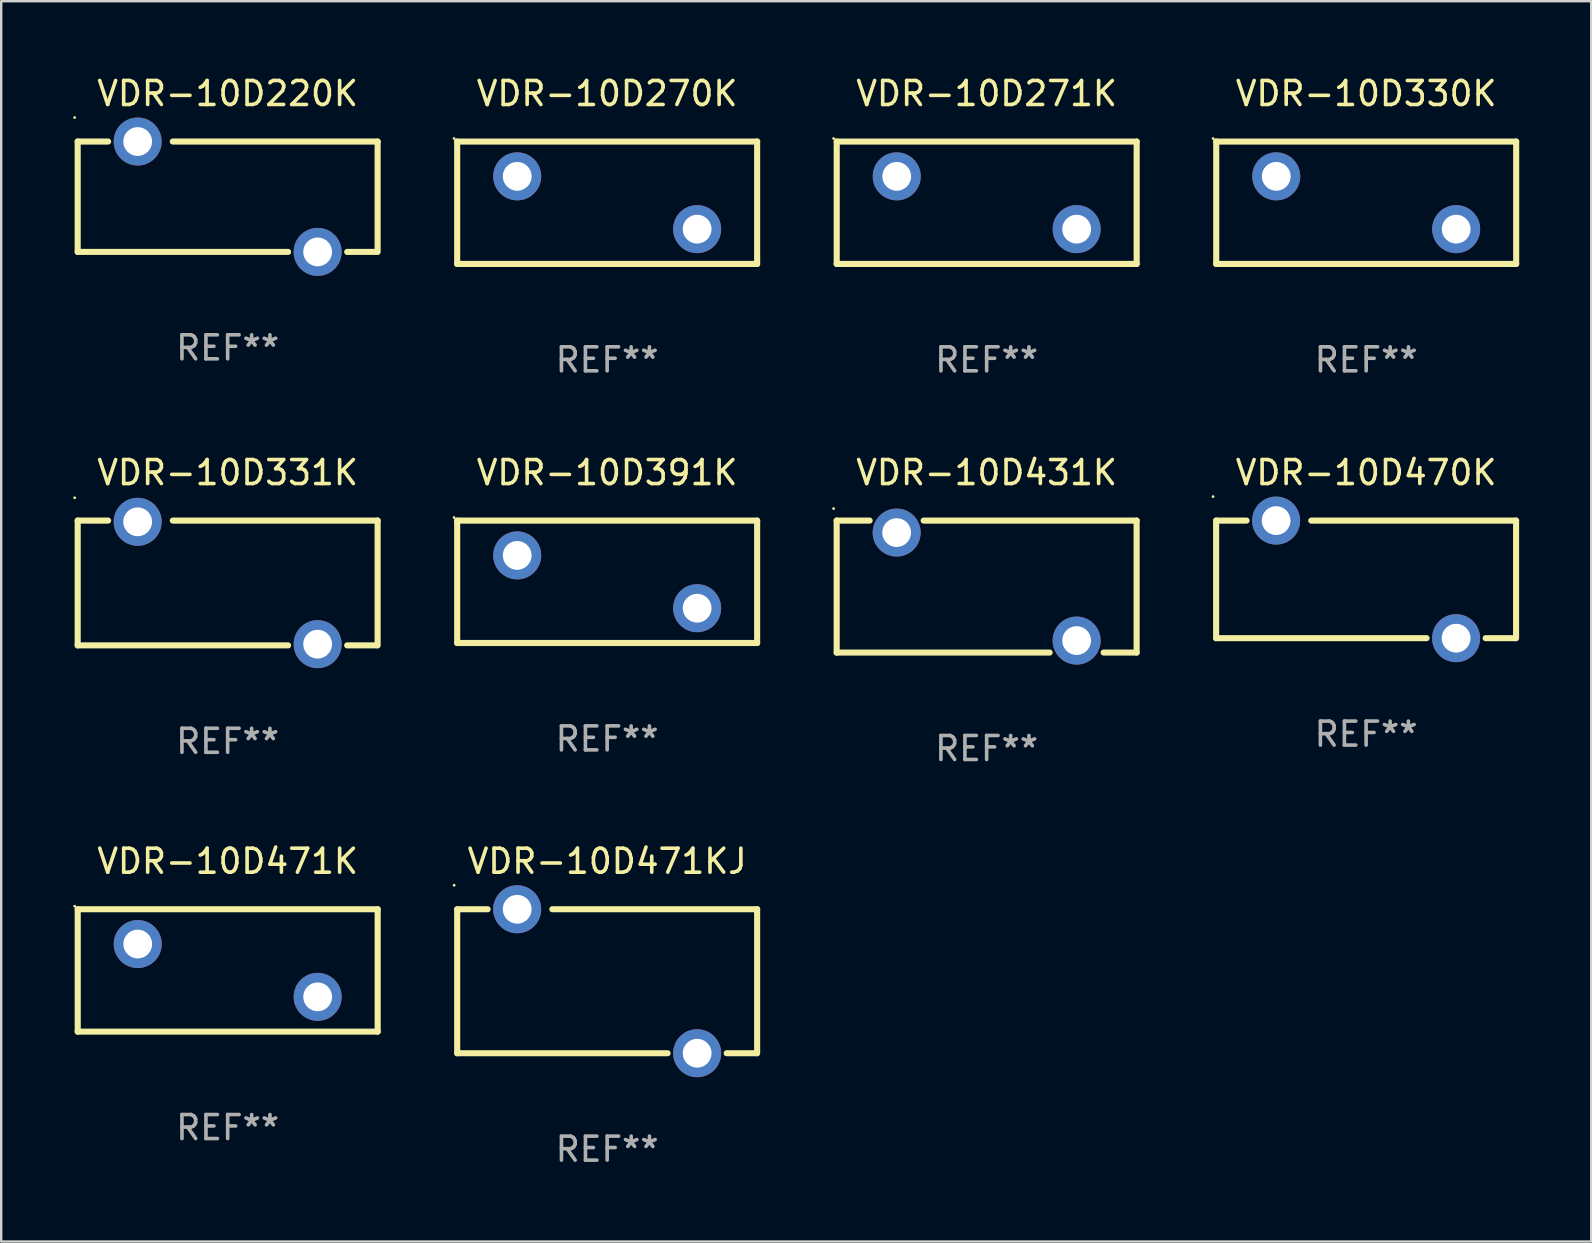
<source format=kicad_pcb>
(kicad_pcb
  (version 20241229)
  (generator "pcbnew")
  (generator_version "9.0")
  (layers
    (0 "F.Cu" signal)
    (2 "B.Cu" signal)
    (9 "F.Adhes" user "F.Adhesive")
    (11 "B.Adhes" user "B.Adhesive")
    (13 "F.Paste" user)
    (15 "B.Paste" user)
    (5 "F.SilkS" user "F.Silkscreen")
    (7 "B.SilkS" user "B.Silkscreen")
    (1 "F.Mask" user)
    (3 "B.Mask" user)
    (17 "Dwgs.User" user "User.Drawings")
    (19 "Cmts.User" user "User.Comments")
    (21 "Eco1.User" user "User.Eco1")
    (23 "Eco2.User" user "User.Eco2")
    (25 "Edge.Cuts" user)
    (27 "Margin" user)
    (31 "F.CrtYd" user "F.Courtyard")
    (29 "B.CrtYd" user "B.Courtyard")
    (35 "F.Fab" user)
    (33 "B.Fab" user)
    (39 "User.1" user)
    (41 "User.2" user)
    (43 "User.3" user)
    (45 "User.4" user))
  (footprint "VDR-10D471KJ"
    (layer "F.Cu")
    (at 22.253 37.842)
    (property "Reference" "VDR-10D471KJ" (at 0 -5 0) (layer "F.SilkS") (effects (font (size 1 1) (thickness 0.15))))
    (attr through_hole)
    (fp_line (start -6.25 -3) (end -6.25 3) (stroke (width 0.254) (type solid)) (layer "F.SilkS"))
    (fp_line (start -6.25 -3) (end -4.981 -3) (stroke (width 0.254) (type solid)) (layer "F.SilkS"))
    (fp_line (start -6.25 3) (end 2.519 3) (stroke (width 0.254) (type solid)) (layer "F.SilkS"))
    (fp_line (start 4.981 3) (end 6.223 3) (stroke (width 0.254) (type solid)) (layer "F.SilkS"))
    (fp_line (start 6.25 -3) (end -2.286 -3) (stroke (width 0.254) (type solid)) (layer "F.SilkS"))
    (fp_line (start 6.25 -3) (end 6.25 3) (stroke (width 0.254) (type solid)) (layer "F.SilkS"))
    (fp_circle (center -6.377 -4) (end -6.347 -4) (stroke (width 0.06) (type solid)) (fill no) (layer "F.SilkS"))
    (fp_text user "REF**" (at 0 7 0) (layer "F.Fab") (effects (font (size 1 1) (thickness 0.15))))
    (pad "1" thru_hole circle (at -3.75 -3) (size 2 2) (drill 1.2) (layers "*.Cu" "*.Mask"))
    (pad "2" thru_hole circle (at 3.75 3) (size 2 2) (drill 1.2) (layers "*.Cu" "*.Mask")))
  (footprint "VDR-10D330K"
    (layer "F.Cu")
    (at 53.884 5.399)
    (property "Reference" "VDR-10D330K" (at 0 -4.55 0) (layer "F.SilkS") (effects (font (size 1 1) (thickness 0.15))))
    (attr through_hole)
    (fp_line (start -6.249 -2.55) (end 6.251 -2.55) (stroke (width 0.254) (type solid)) (layer "F.SilkS"))
    (fp_line (start -6.249 2.55) (end -6.249 -2.55) (stroke (width 0.254) (type solid)) (layer "F.SilkS"))
    (fp_line (start 6.251 -2.55) (end 6.251 2.55) (stroke (width 0.254) (type solid)) (layer "F.SilkS"))
    (fp_line (start 6.251 2.55) (end -6.251 2.55) (stroke (width 0.254) (type solid)) (layer "F.SilkS"))
    (fp_circle (center -6.378 -2.677) (end -6.348 -2.677) (stroke (width 0.06) (type solid)) (fill no) (layer "F.SilkS"))
    (fp_text user "REF**" (at 0 6.55 0) (layer "F.Fab") (effects (font (size 1 1) (thickness 0.15))))
    (pad "1" thru_hole circle (at -3.748 -1.1) (size 2 2) (drill 1.2) (layers "*.Cu" "*.Mask"))
    (pad "2" thru_hole circle (at 3.75 1.1) (size 2 2) (drill 1.2) (layers "*.Cu" "*.Mask")))
  (footprint "VDR-10D470K"
    (layer "F.Cu")
    (at 53.881 21.095)
    (property "Reference" "VDR-10D470K" (at 0 -4.45 0) (layer "F.SilkS") (effects (font (size 1 1) (thickness 0.15))))
    (attr through_hole)
    (fp_line (start -6.25 -2.45) (end -6.25 2.45) (stroke (width 0.254) (type solid)) (layer "F.SilkS"))
    (fp_line (start -6.25 -2.45) (end -4.981 -2.45) (stroke (width 0.254) (type solid)) (layer "F.SilkS"))
    (fp_line (start -6.25 2.45) (end 2.519 2.45) (stroke (width 0.254) (type solid)) (layer "F.SilkS"))
    (fp_line (start 4.981 2.45) (end 6.223 2.45) (stroke (width 0.254) (type solid)) (layer "F.SilkS"))
    (fp_line (start 6.25 -2.45) (end -2.286 -2.45) (stroke (width 0.254) (type solid)) (layer "F.SilkS"))
    (fp_line (start 6.25 -2.45) (end 6.25 2.45) (stroke (width 0.254) (type solid)) (layer "F.SilkS"))
    (fp_circle (center -6.377 -3.45) (end -6.347 -3.45) (stroke (width 0.06) (type solid)) (fill no) (layer "F.SilkS"))
    (fp_text user "REF**" (at 0 6.45 0) (layer "F.Fab") (effects (font (size 1 1) (thickness 0.15))))
    (pad "1" thru_hole circle (at -3.75 -2.45) (size 2 2) (drill 1.2) (layers "*.Cu" "*.Mask"))
    (pad "2" thru_hole circle (at 3.75 2.45) (size 2 2) (drill 1.2) (layers "*.Cu" "*.Mask")))
  (footprint "VDR-10D431K"
    (layer "F.Cu")
    (at 38.067 21.395)
    (property "Reference" "VDR-10D431K" (at 0 -4.75 0) (layer "F.SilkS") (effects (font (size 1 1) (thickness 0.15))))
    (attr through_hole)
    (fp_line (start -6.25 -2.75) (end -4.875 -2.75) (stroke (width 0.254) (type solid)) (layer "F.SilkS"))
    (fp_line (start -6.25 2.75) (end -6.25 -2.75) (stroke (width 0.254) (type solid)) (layer "F.SilkS"))
    (fp_line (start -6.25 2.75) (end 2.625 2.75) (stroke (width 0.254) (type solid)) (layer "F.SilkS"))
    (fp_line (start -2.625 -2.75) (end 6.25 -2.75) (stroke (width 0.254) (type solid)) (layer "F.SilkS"))
    (fp_line (start 4.875 2.75) (end 6.25 2.75) (stroke (width 0.254) (type solid)) (layer "F.SilkS"))
    (fp_line (start 6.25 -2.75) (end 6.25 2.75) (stroke (width 0.254) (type solid)) (layer "F.SilkS"))
    (fp_circle (center -6.377 -3.25) (end -6.347 -3.25) (stroke (width 0.06) (type solid)) (fill no) (layer "F.SilkS"))
    (fp_text user "REF**" (at 0 6.75 0) (layer "F.Fab") (effects (font (size 1 1) (thickness 0.15))))
    (pad "1" thru_hole circle (at -3.75 -2.25) (size 2 2) (drill 1.2) (layers "*.Cu" "*.Mask"))
    (pad "2" thru_hole circle (at 3.75 2.25) (size 2 2) (drill 1.2) (layers "*.Cu" "*.Mask")))
  (footprint "VDR-10D331K"
    (layer "F.Cu")
    (at 6.437 21.245)
    (property "Reference" "VDR-10D331K" (at 0 -4.6 0) (layer "F.SilkS") (effects (font (size 1 1) (thickness 0.15))))
    (attr through_hole)
    (fp_line (start -6.25 -2.6) (end -6.25 2.6) (stroke (width 0.254) (type solid)) (layer "F.SilkS"))
    (fp_line (start -6.25 -2.6) (end -4.981 -2.6) (stroke (width 0.254) (type solid)) (layer "F.SilkS"))
    (fp_line (start -6.25 2.6) (end 2.519 2.6) (stroke (width 0.254) (type solid)) (layer "F.SilkS"))
    (fp_line (start 4.981 2.6) (end 6.223 2.6) (stroke (width 0.254) (type solid)) (layer "F.SilkS"))
    (fp_line (start 6.25 -2.6) (end -2.286 -2.6) (stroke (width 0.254) (type solid)) (layer "F.SilkS"))
    (fp_line (start 6.25 -2.6) (end 6.25 2.6) (stroke (width 0.254) (type solid)) (layer "F.SilkS"))
    (fp_circle (center -6.377 -3.55) (end -6.347 -3.55) (stroke (width 0.06) (type solid)) (fill no) (layer "F.SilkS"))
    (fp_text user "REF**" (at 0 6.6 0) (layer "F.Fab") (effects (font (size 1 1) (thickness 0.15))))
    (pad "1" thru_hole circle (at -3.75 -2.55) (size 2 2) (drill 1.2) (layers "*.Cu" "*.Mask"))
    (pad "2" thru_hole circle (at 3.75 2.55) (size 2 2) (drill 1.2) (layers "*.Cu" "*.Mask")))
  (footprint "VDR-10D220K"
    (layer "F.Cu")
    (at 6.437 5.148)
    (property "Reference" "VDR-10D220K" (at 0 -4.3 0) (layer "F.SilkS") (effects (font (size 1 1) (thickness 0.15))))
    (attr through_hole)
    (fp_line (start -6.25 -2.3) (end -6.25 2.3) (stroke (width 0.254) (type solid)) (layer "F.SilkS"))
    (fp_line (start -6.25 -2.3) (end -4.981 -2.3) (stroke (width 0.254) (type solid)) (layer "F.SilkS"))
    (fp_line (start -6.25 2.3) (end 2.519 2.3) (stroke (width 0.254) (type solid)) (layer "F.SilkS"))
    (fp_line (start 4.981 2.3) (end 6.223 2.3) (stroke (width 0.254) (type solid)) (layer "F.SilkS"))
    (fp_line (start 6.25 -2.3) (end -2.286 -2.3) (stroke (width 0.254) (type solid)) (layer "F.SilkS"))
    (fp_line (start 6.25 -2.3) (end 6.25 2.3) (stroke (width 0.254) (type solid)) (layer "F.SilkS"))
    (fp_circle (center -6.377 -3.3) (end -6.347 -3.3) (stroke (width 0.06) (type solid)) (fill no) (layer "F.SilkS"))
    (fp_text user "REF**" (at 0 6.3 0) (layer "F.Fab") (effects (font (size 1 1) (thickness 0.15))))
    (pad "1" thru_hole circle (at -3.75 -2.3) (size 2 2) (drill 1.2) (layers "*.Cu" "*.Mask"))
    (pad "2" thru_hole circle (at 3.75 2.3) (size 2 2) (drill 1.2) (layers "*.Cu" "*.Mask")))
  (footprint "VDR-10D270K"
    (layer "F.Cu")
    (at 22.252 5.399)
    (property "Reference" "VDR-10D270K" (at 0 -4.55 0) (layer "F.SilkS") (effects (font (size 1 1) (thickness 0.15))))
    (attr through_hole)
    (fp_line (start -6.249 -2.55) (end 6.251 -2.55) (stroke (width 0.254) (type solid)) (layer "F.SilkS"))
    (fp_line (start -6.249 2.55) (end -6.249 -2.55) (stroke (width 0.254) (type solid)) (layer "F.SilkS"))
    (fp_line (start 6.251 -2.55) (end 6.251 2.55) (stroke (width 0.254) (type solid)) (layer "F.SilkS"))
    (fp_line (start 6.251 2.55) (end -6.251 2.55) (stroke (width 0.254) (type solid)) (layer "F.SilkS"))
    (fp_circle (center -6.378 -2.677) (end -6.348 -2.677) (stroke (width 0.06) (type solid)) (fill no) (layer "F.SilkS"))
    (fp_text user "REF**" (at 0 6.55 0) (layer "F.Fab") (effects (font (size 1 1) (thickness 0.15))))
    (pad "1" thru_hole circle (at -3.748 -1.1) (size 2 2) (drill 1.2) (layers "*.Cu" "*.Mask"))
    (pad "2" thru_hole circle (at 3.75 1.1) (size 2 2) (drill 1.2) (layers "*.Cu" "*.Mask")))
  (footprint "VDR-10D391K"
    (layer "F.Cu")
    (at 22.252 21.196)
    (property "Reference" "VDR-10D391K" (at 0 -4.55 0) (layer "F.SilkS") (effects (font (size 1 1) (thickness 0.15))))
    (attr through_hole)
    (fp_line (start -6.249 -2.55) (end 6.251 -2.55) (stroke (width 0.254) (type solid)) (layer "F.SilkS"))
    (fp_line (start -6.249 2.55) (end -6.249 -2.55) (stroke (width 0.254) (type solid)) (layer "F.SilkS"))
    (fp_line (start 6.251 -2.55) (end 6.251 2.55) (stroke (width 0.254) (type solid)) (layer "F.SilkS"))
    (fp_line (start 6.251 2.55) (end -6.251 2.55) (stroke (width 0.254) (type solid)) (layer "F.SilkS"))
    (fp_circle (center -6.378 -2.677) (end -6.348 -2.677) (stroke (width 0.06) (type solid)) (fill no) (layer "F.SilkS"))
    (fp_text user "REF**" (at 0 6.55 0) (layer "F.Fab") (effects (font (size 1 1) (thickness 0.15))))
    (pad "1" thru_hole circle (at -3.748 -1.1) (size 2 2) (drill 1.2) (layers "*.Cu" "*.Mask"))
    (pad "2" thru_hole circle (at 3.75 1.1) (size 2 2) (drill 1.2) (layers "*.Cu" "*.Mask")))
  (footprint "VDR-10D271K"
    (layer "F.Cu")
    (at 38.068 5.399)
    (property "Reference" "VDR-10D271K" (at 0 -4.55 0) (layer "F.SilkS") (effects (font (size 1 1) (thickness 0.15))))
    (attr through_hole)
    (fp_line (start -6.249 -2.55) (end 6.251 -2.55) (stroke (width 0.254) (type solid)) (layer "F.SilkS"))
    (fp_line (start -6.249 2.55) (end -6.249 -2.55) (stroke (width 0.254) (type solid)) (layer "F.SilkS"))
    (fp_line (start 6.251 -2.55) (end 6.251 2.55) (stroke (width 0.254) (type solid)) (layer "F.SilkS"))
    (fp_line (start 6.251 2.55) (end -6.251 2.55) (stroke (width 0.254) (type solid)) (layer "F.SilkS"))
    (fp_circle (center -6.378 -2.677) (end -6.348 -2.677) (stroke (width 0.06) (type solid)) (fill no) (layer "F.SilkS"))
    (fp_text user "REF**" (at 0 6.55 0) (layer "F.Fab") (effects (font (size 1 1) (thickness 0.15))))
    (pad "1" thru_hole circle (at -3.748 -1.1) (size 2 2) (drill 1.2) (layers "*.Cu" "*.Mask"))
    (pad "2" thru_hole circle (at 3.75 1.1) (size 2 2) (drill 1.2) (layers "*.Cu" "*.Mask")))
  (footprint "VDR-10D471K"
    (layer "F.Cu")
    (at 6.438 37.392)
    (property "Reference" "VDR-10D471K" (at 0 -4.55 0) (layer "F.SilkS") (effects (font (size 1 1) (thickness 0.15))))
    (attr through_hole)
    (fp_line (start -6.249 -2.55) (end 6.251 -2.55) (stroke (width 0.254) (type solid)) (layer "F.SilkS"))
    (fp_line (start -6.249 2.55) (end -6.249 -2.55) (stroke (width 0.254) (type solid)) (layer "F.SilkS"))
    (fp_line (start 6.251 -2.55) (end 6.251 2.55) (stroke (width 0.254) (type solid)) (layer "F.SilkS"))
    (fp_line (start 6.251 2.55) (end -6.251 2.55) (stroke (width 0.254) (type solid)) (layer "F.SilkS"))
    (fp_circle (center -6.378 -2.677) (end -6.348 -2.677) (stroke (width 0.06) (type solid)) (fill no) (layer "F.SilkS"))
    (fp_text user "REF**" (at 0 6.55 0) (layer "F.Fab") (effects (font (size 1 1) (thickness 0.15))))
    (pad "1" thru_hole circle (at -3.748 -1.1) (size 2 2) (drill 1.2) (layers "*.Cu" "*.Mask"))
    (pad "2" thru_hole circle (at 3.75 1.1) (size 2 2) (drill 1.2) (layers "*.Cu" "*.Mask")))
  (gr_rect
    (start -3 -3)
    (end 63.262 48.69)
    (stroke (width 0.1) (type default))
    (fill no)
    (layer "Edge.Cuts")))
</source>
